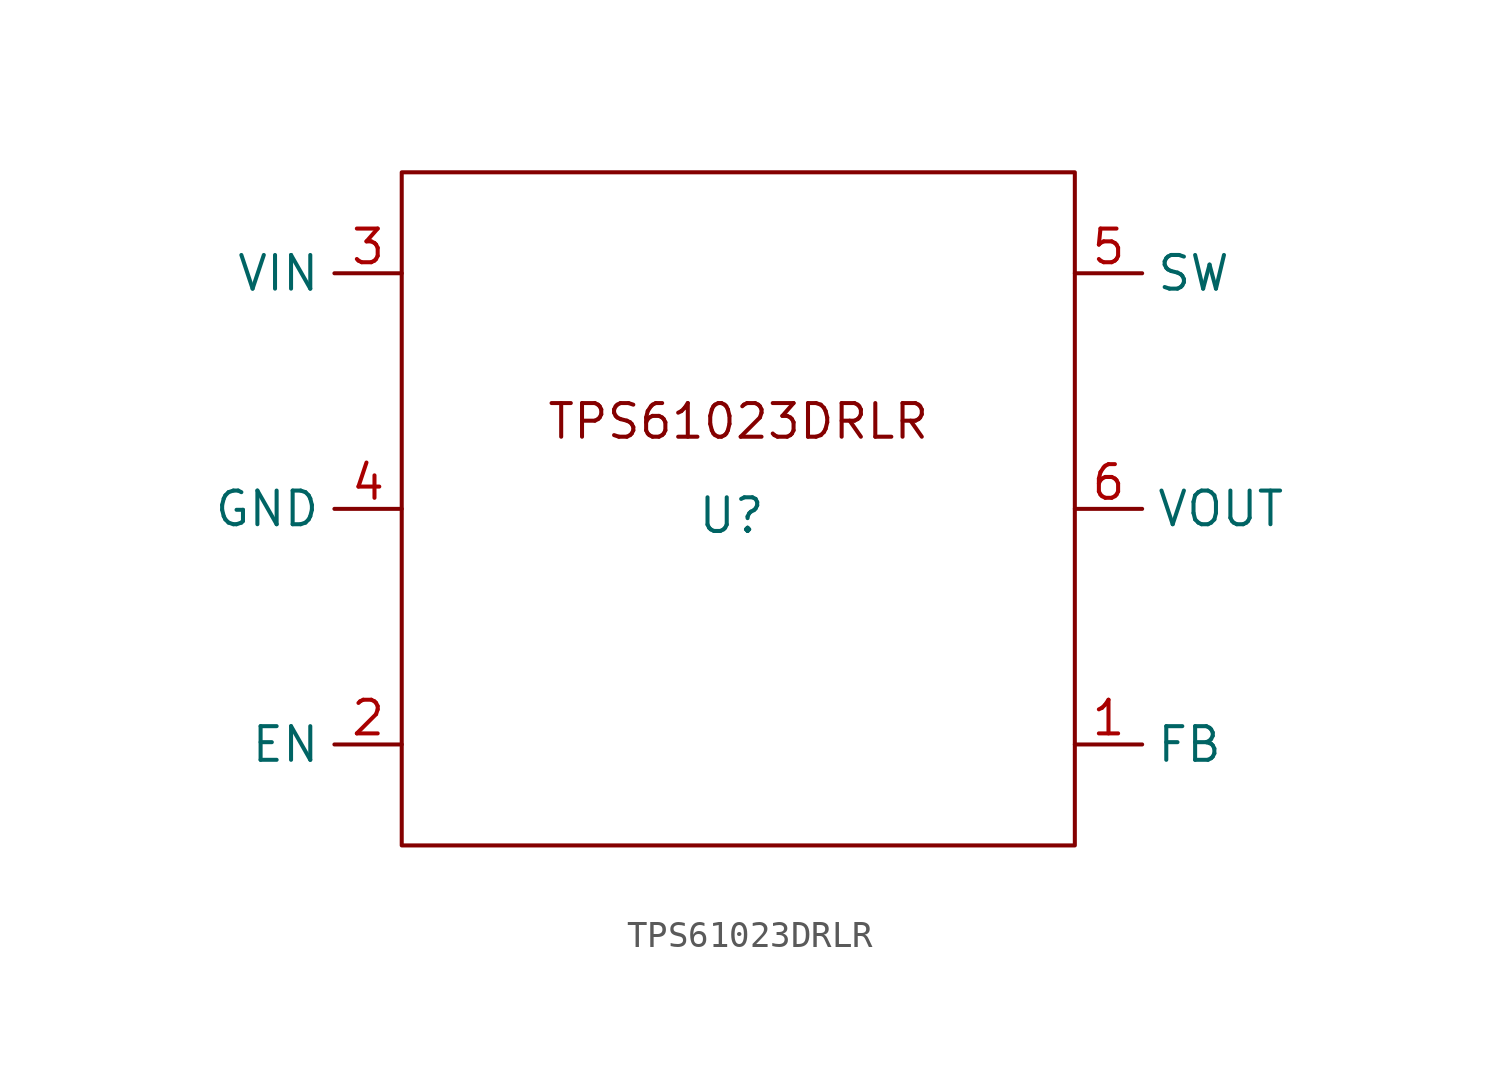
<source format=kicad_sym>
(kicad_symbol_lib
  (version 20231120)
  (generator "kicad_symbol_editor")
  (generator_version "8.0")
  (symbol "TPS61023DRLR"
    (property "Reference" "U"
      (at -0.254 -0.254 0)
      (effects (font (size 1.27 1.27))))
    (property "Value" ""
      (at 0 0 0)
      (effects (font (size 1.27 1.27))))
    (symbol "TPS61023DRLR_1_1"
      (rectangle (start -12.7 12.7) (end 12.7 -12.7) (stroke (width 0) (type default)) (fill (type none)))
      (text "TPS61023DRLR" (at 0 3.302 0) (effects (font (size 1.27 1.27))))
      (pin input line (at 12.7 -8.89 0) (length 2.54) (name "FB" (effects (font (size 1.27 1.27)))) (number "1" (effects (font (size 1.27 1.27)))))
      (pin input line (at -12.7 -8.89 180) (length 2.54) (name "EN" (effects (font (size 1.27 1.27)))) (number "2" (effects (font (size 1.27 1.27)))))
      (pin input line (at -12.7 8.89 180) (length 2.54) (name "VIN" (effects (font (size 1.27 1.27)))) (number "3" (effects (font (size 1.27 1.27)))))
      (pin power_out line (at -12.7 0 180) (length 2.54) (name "GND" (effects (font (size 1.27 1.27)))) (number "4" (effects (font (size 1.27 1.27)))))
      (pin power_out line (at 12.7 8.89 0) (length 2.54) (name "SW" (effects (font (size 1.27 1.27)))) (number "5" (effects (font (size 1.27 1.27)))))
      (pin power_out line (at 12.7 0 0) (length 2.54) (name "VOUT" (effects (font (size 1.27 1.27)))) (number "6" (effects (font (size 1.27 1.27))))))))
</source>
